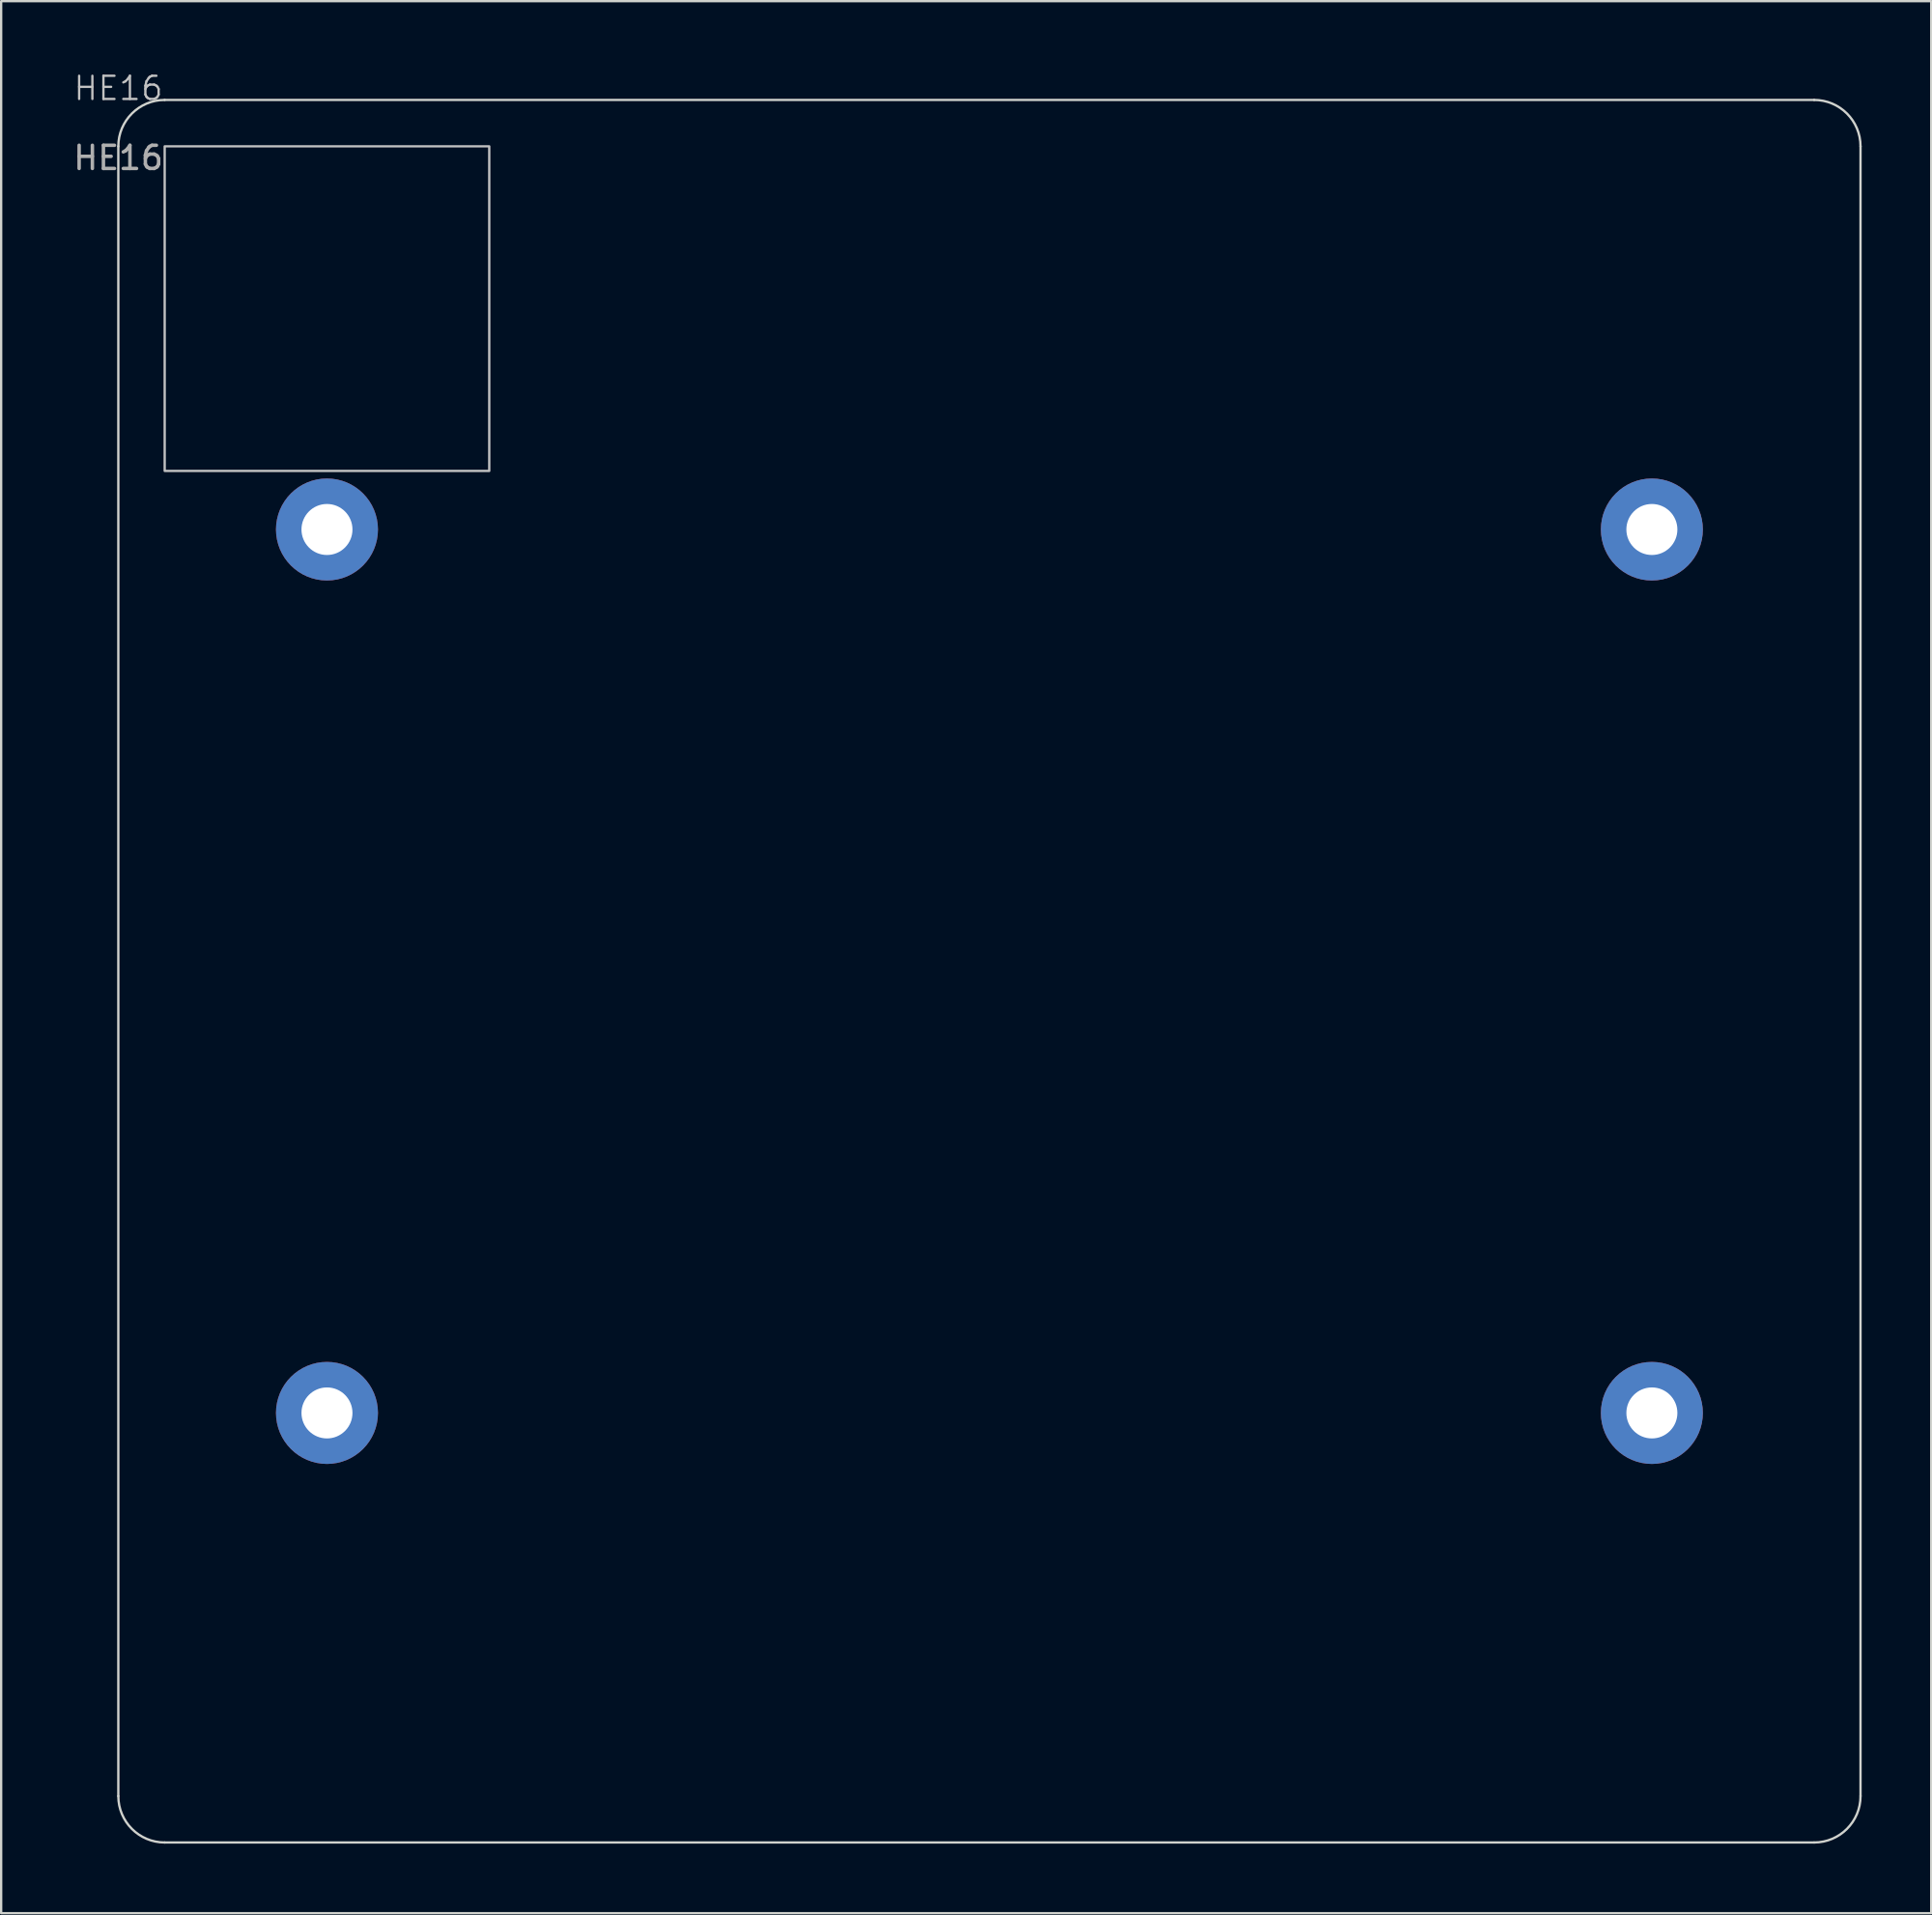
<source format=kicad_pcb>
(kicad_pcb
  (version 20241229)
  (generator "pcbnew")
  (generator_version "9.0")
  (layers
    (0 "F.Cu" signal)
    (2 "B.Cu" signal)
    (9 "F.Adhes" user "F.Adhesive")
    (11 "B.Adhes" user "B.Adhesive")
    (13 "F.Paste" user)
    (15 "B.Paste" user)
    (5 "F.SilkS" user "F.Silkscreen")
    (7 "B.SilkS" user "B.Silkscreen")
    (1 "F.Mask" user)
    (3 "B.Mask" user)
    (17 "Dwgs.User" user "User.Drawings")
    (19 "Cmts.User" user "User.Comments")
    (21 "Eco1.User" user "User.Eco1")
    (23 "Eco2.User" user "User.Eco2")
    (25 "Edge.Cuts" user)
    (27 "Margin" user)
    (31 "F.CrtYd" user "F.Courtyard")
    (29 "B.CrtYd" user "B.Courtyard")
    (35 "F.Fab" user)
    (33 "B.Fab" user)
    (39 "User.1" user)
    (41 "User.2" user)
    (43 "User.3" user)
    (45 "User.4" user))
  (footprint "HE16"
    (layer "F.Cu")
    (at 2.054 1.26)
    (property "Reference" "HE16" (at 0 -0.5 0) (unlocked yes) (layer "Dwgs.User") (effects (font (size 1 1) (thickness 0.1))))
    (attr through_hole)
    (fp_rect (start 2 2) (end 16 16) (stroke (width 0.1) (type default)) (fill no) (layer "Dwgs.User"))
    (fp_line (start 0 2) (end 0 73.15) (stroke (width 0.1) (type solid)) (layer "Edge.Cuts"))
    (fp_line (start 2 0) (end 73.15 0) (stroke (width 0.1) (type solid)) (layer "Edge.Cuts"))
    (fp_line (start 2 75.15) (end 73.15 75.15) (stroke (width 0.1) (type solid)) (layer "Edge.Cuts"))
    (fp_line (start 75.15 73.15) (end 75.15 2) (stroke (width 0.1) (type solid)) (layer "Edge.Cuts"))
    (fp_arc (start 0 2) (mid 0.585786 0.585786) (end 2 0) (stroke (width 0.1) (type solid)) (layer "Edge.Cuts"))
    (fp_arc (start 2 75.15) (mid 0.585786 74.564214) (end 0 73.15) (stroke (width 0.1) (type solid)) (layer "Edge.Cuts"))
    (fp_arc (start 73.15 0) (mid 74.564214 0.585786) (end 75.15 2) (stroke (width 0.1) (type solid)) (layer "Edge.Cuts"))
    (fp_arc (start 75.15 73.15) (mid 74.564214 74.564214) (end 73.15 75.15) (stroke (width 0.1) (type solid)) (layer "Edge.Cuts"))
    (fp_text user "${REFERENCE}" (at 0 2.5 0) (unlocked yes) (layer "F.Fab") (effects (font (size 1 1) (thickness 0.15))))
    (pad "" thru_hole circle (at 9 18.525) (size 4.4 4.4) (drill 2.2) (layers "*.Cu" "*.Mask"))
    (pad "" thru_hole circle (at 9 56.625) (size 4.4 4.4) (drill 2.2) (layers "*.Cu" "*.Mask"))
    (pad "" thru_hole circle (at 66.15 18.525) (size 4.4 4.4) (drill 2.2) (layers "*.Cu" "*.Mask"))
    (pad "" thru_hole circle (at 66.15 56.625) (size 4.4 4.4) (drill 2.2) (layers "*.Cu" "*.Mask")))
  (gr_rect
    (start -3 -3)
    (end 80.254 79.46)
    (stroke (width 0.1) (type default))
    (fill no)
    (layer "Edge.Cuts")))
</source>
